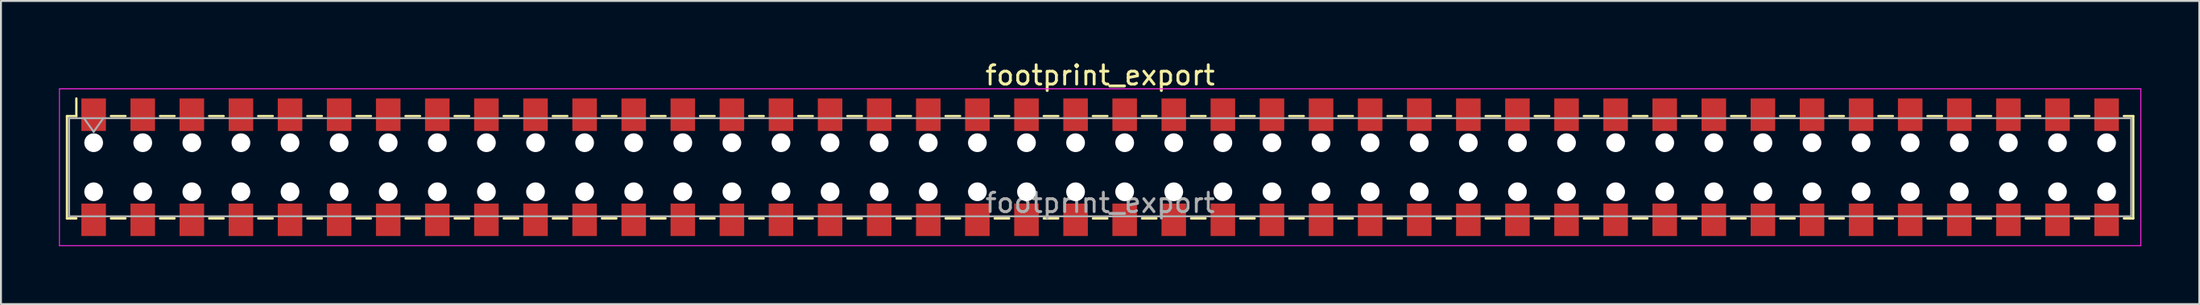
<source format=kicad_pcb>
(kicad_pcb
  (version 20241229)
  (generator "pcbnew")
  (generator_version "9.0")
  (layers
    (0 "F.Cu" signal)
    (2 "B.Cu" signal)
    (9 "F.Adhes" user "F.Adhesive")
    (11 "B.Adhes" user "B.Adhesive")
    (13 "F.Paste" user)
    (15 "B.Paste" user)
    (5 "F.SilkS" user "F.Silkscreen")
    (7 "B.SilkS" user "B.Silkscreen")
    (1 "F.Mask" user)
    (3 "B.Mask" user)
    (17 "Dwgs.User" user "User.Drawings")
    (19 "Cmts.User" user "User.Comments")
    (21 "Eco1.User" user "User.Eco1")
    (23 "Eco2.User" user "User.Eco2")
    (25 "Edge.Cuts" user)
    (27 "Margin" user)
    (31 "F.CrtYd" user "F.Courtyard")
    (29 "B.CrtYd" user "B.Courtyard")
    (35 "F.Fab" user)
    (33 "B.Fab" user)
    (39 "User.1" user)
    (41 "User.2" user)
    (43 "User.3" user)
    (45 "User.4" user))
  (footprint "footprint_export"
    (layer "F.Cu")
    (at 53.865 5.608)
    (property "Reference" "footprint_export" (at 0 -4.76 0) (layer "F.SilkS") (effects (font (size 1 1) (thickness 0.15))))
    (attr smd)
    (fp_line (start -53.45 -2.65) (end -53.45 2.65) (stroke (width 0.12) (type solid)) (layer "F.SilkS"))
    (fp_line (start -53.45 2.65) (end -52.965 2.65) (stroke (width 0.12) (type solid)) (layer "F.SilkS"))
    (fp_line (start -52.965 -3.56) (end -52.965 -2.65) (stroke (width 0.12) (type solid)) (layer "F.SilkS"))
    (fp_line (start -52.965 -2.65) (end -53.45 -2.65) (stroke (width 0.12) (type solid)) (layer "F.SilkS"))
    (fp_line (start -51.175 -2.65) (end -50.425 -2.65) (stroke (width 0.12) (type solid)) (layer "F.SilkS"))
    (fp_line (start -51.175 2.65) (end -50.425 2.65) (stroke (width 0.12) (type solid)) (layer "F.SilkS"))
    (fp_line (start -48.635 -2.65) (end -47.885 -2.65) (stroke (width 0.12) (type solid)) (layer "F.SilkS"))
    (fp_line (start -48.635 2.65) (end -47.885 2.65) (stroke (width 0.12) (type solid)) (layer "F.SilkS"))
    (fp_line (start -46.095 -2.65) (end -45.345 -2.65) (stroke (width 0.12) (type solid)) (layer "F.SilkS"))
    (fp_line (start -46.095 2.65) (end -45.345 2.65) (stroke (width 0.12) (type solid)) (layer "F.SilkS"))
    (fp_line (start -43.555 -2.65) (end -42.805 -2.65) (stroke (width 0.12) (type solid)) (layer "F.SilkS"))
    (fp_line (start -43.555 2.65) (end -42.805 2.65) (stroke (width 0.12) (type solid)) (layer "F.SilkS"))
    (fp_line (start -41.015 -2.65) (end -40.265 -2.65) (stroke (width 0.12) (type solid)) (layer "F.SilkS"))
    (fp_line (start -41.015 2.65) (end -40.265 2.65) (stroke (width 0.12) (type solid)) (layer "F.SilkS"))
    (fp_line (start -38.475 -2.65) (end -37.725 -2.65) (stroke (width 0.12) (type solid)) (layer "F.SilkS"))
    (fp_line (start -38.475 2.65) (end -37.725 2.65) (stroke (width 0.12) (type solid)) (layer "F.SilkS"))
    (fp_line (start -35.935 -2.65) (end -35.185 -2.65) (stroke (width 0.12) (type solid)) (layer "F.SilkS"))
    (fp_line (start -35.935 2.65) (end -35.185 2.65) (stroke (width 0.12) (type solid)) (layer "F.SilkS"))
    (fp_line (start -33.395 -2.65) (end -32.645 -2.65) (stroke (width 0.12) (type solid)) (layer "F.SilkS"))
    (fp_line (start -33.395 2.65) (end -32.645 2.65) (stroke (width 0.12) (type solid)) (layer "F.SilkS"))
    (fp_line (start -30.855 -2.65) (end -30.105 -2.65) (stroke (width 0.12) (type solid)) (layer "F.SilkS"))
    (fp_line (start -30.855 2.65) (end -30.105 2.65) (stroke (width 0.12) (type solid)) (layer "F.SilkS"))
    (fp_line (start -28.315 -2.65) (end -27.565 -2.65) (stroke (width 0.12) (type solid)) (layer "F.SilkS"))
    (fp_line (start -28.315 2.65) (end -27.565 2.65) (stroke (width 0.12) (type solid)) (layer "F.SilkS"))
    (fp_line (start -25.775 -2.65) (end -25.025 -2.65) (stroke (width 0.12) (type solid)) (layer "F.SilkS"))
    (fp_line (start -25.775 2.65) (end -25.025 2.65) (stroke (width 0.12) (type solid)) (layer "F.SilkS"))
    (fp_line (start -23.235 -2.65) (end -22.485 -2.65) (stroke (width 0.12) (type solid)) (layer "F.SilkS"))
    (fp_line (start -23.235 2.65) (end -22.485 2.65) (stroke (width 0.12) (type solid)) (layer "F.SilkS"))
    (fp_line (start -20.695 -2.65) (end -19.945 -2.65) (stroke (width 0.12) (type solid)) (layer "F.SilkS"))
    (fp_line (start -20.695 2.65) (end -19.945 2.65) (stroke (width 0.12) (type solid)) (layer "F.SilkS"))
    (fp_line (start -18.155 -2.65) (end -17.405 -2.65) (stroke (width 0.12) (type solid)) (layer "F.SilkS"))
    (fp_line (start -18.155 2.65) (end -17.405 2.65) (stroke (width 0.12) (type solid)) (layer "F.SilkS"))
    (fp_line (start -15.615 -2.65) (end -14.865 -2.65) (stroke (width 0.12) (type solid)) (layer "F.SilkS"))
    (fp_line (start -15.615 2.65) (end -14.865 2.65) (stroke (width 0.12) (type solid)) (layer "F.SilkS"))
    (fp_line (start -13.075 -2.65) (end -12.325 -2.65) (stroke (width 0.12) (type solid)) (layer "F.SilkS"))
    (fp_line (start -13.075 2.65) (end -12.325 2.65) (stroke (width 0.12) (type solid)) (layer "F.SilkS"))
    (fp_line (start -10.535 -2.65) (end -9.785 -2.65) (stroke (width 0.12) (type solid)) (layer "F.SilkS"))
    (fp_line (start -10.535 2.65) (end -9.785 2.65) (stroke (width 0.12) (type solid)) (layer "F.SilkS"))
    (fp_line (start -7.995 -2.65) (end -7.245 -2.65) (stroke (width 0.12) (type solid)) (layer "F.SilkS"))
    (fp_line (start -7.995 2.65) (end -7.245 2.65) (stroke (width 0.12) (type solid)) (layer "F.SilkS"))
    (fp_line (start -5.455 -2.65) (end -4.705 -2.65) (stroke (width 0.12) (type solid)) (layer "F.SilkS"))
    (fp_line (start -5.455 2.65) (end -4.705 2.65) (stroke (width 0.12) (type solid)) (layer "F.SilkS"))
    (fp_line (start -2.915 -2.65) (end -2.165 -2.65) (stroke (width 0.12) (type solid)) (layer "F.SilkS"))
    (fp_line (start -2.915 2.65) (end -2.165 2.65) (stroke (width 0.12) (type solid)) (layer "F.SilkS"))
    (fp_line (start -0.375 -2.65) (end 0.375 -2.65) (stroke (width 0.12) (type solid)) (layer "F.SilkS"))
    (fp_line (start -0.375 2.65) (end 0.375 2.65) (stroke (width 0.12) (type solid)) (layer "F.SilkS"))
    (fp_line (start 2.165 -2.65) (end 2.915 -2.65) (stroke (width 0.12) (type solid)) (layer "F.SilkS"))
    (fp_line (start 2.165 2.65) (end 2.915 2.65) (stroke (width 0.12) (type solid)) (layer "F.SilkS"))
    (fp_line (start 4.705 -2.65) (end 5.455 -2.65) (stroke (width 0.12) (type solid)) (layer "F.SilkS"))
    (fp_line (start 4.705 2.65) (end 5.455 2.65) (stroke (width 0.12) (type solid)) (layer "F.SilkS"))
    (fp_line (start 7.245 -2.65) (end 7.995 -2.65) (stroke (width 0.12) (type solid)) (layer "F.SilkS"))
    (fp_line (start 7.245 2.65) (end 7.995 2.65) (stroke (width 0.12) (type solid)) (layer "F.SilkS"))
    (fp_line (start 9.785 -2.65) (end 10.535 -2.65) (stroke (width 0.12) (type solid)) (layer "F.SilkS"))
    (fp_line (start 9.785 2.65) (end 10.535 2.65) (stroke (width 0.12) (type solid)) (layer "F.SilkS"))
    (fp_line (start 12.325 -2.65) (end 13.075 -2.65) (stroke (width 0.12) (type solid)) (layer "F.SilkS"))
    (fp_line (start 12.325 2.65) (end 13.075 2.65) (stroke (width 0.12) (type solid)) (layer "F.SilkS"))
    (fp_line (start 14.865 -2.65) (end 15.615 -2.65) (stroke (width 0.12) (type solid)) (layer "F.SilkS"))
    (fp_line (start 14.865 2.65) (end 15.615 2.65) (stroke (width 0.12) (type solid)) (layer "F.SilkS"))
    (fp_line (start 17.405 -2.65) (end 18.155 -2.65) (stroke (width 0.12) (type solid)) (layer "F.SilkS"))
    (fp_line (start 17.405 2.65) (end 18.155 2.65) (stroke (width 0.12) (type solid)) (layer "F.SilkS"))
    (fp_line (start 19.945 -2.65) (end 20.695 -2.65) (stroke (width 0.12) (type solid)) (layer "F.SilkS"))
    (fp_line (start 19.945 2.65) (end 20.695 2.65) (stroke (width 0.12) (type solid)) (layer "F.SilkS"))
    (fp_line (start 22.485 -2.65) (end 23.235 -2.65) (stroke (width 0.12) (type solid)) (layer "F.SilkS"))
    (fp_line (start 22.485 2.65) (end 23.235 2.65) (stroke (width 0.12) (type solid)) (layer "F.SilkS"))
    (fp_line (start 25.025 -2.65) (end 25.775 -2.65) (stroke (width 0.12) (type solid)) (layer "F.SilkS"))
    (fp_line (start 25.025 2.65) (end 25.775 2.65) (stroke (width 0.12) (type solid)) (layer "F.SilkS"))
    (fp_line (start 27.565 -2.65) (end 28.315 -2.65) (stroke (width 0.12) (type solid)) (layer "F.SilkS"))
    (fp_line (start 27.565 2.65) (end 28.315 2.65) (stroke (width 0.12) (type solid)) (layer "F.SilkS"))
    (fp_line (start 30.105 -2.65) (end 30.855 -2.65) (stroke (width 0.12) (type solid)) (layer "F.SilkS"))
    (fp_line (start 30.105 2.65) (end 30.855 2.65) (stroke (width 0.12) (type solid)) (layer "F.SilkS"))
    (fp_line (start 32.645 -2.65) (end 33.395 -2.65) (stroke (width 0.12) (type solid)) (layer "F.SilkS"))
    (fp_line (start 32.645 2.65) (end 33.395 2.65) (stroke (width 0.12) (type solid)) (layer "F.SilkS"))
    (fp_line (start 35.185 -2.65) (end 35.935 -2.65) (stroke (width 0.12) (type solid)) (layer "F.SilkS"))
    (fp_line (start 35.185 2.65) (end 35.935 2.65) (stroke (width 0.12) (type solid)) (layer "F.SilkS"))
    (fp_line (start 37.725 -2.65) (end 38.475 -2.65) (stroke (width 0.12) (type solid)) (layer "F.SilkS"))
    (fp_line (start 37.725 2.65) (end 38.475 2.65) (stroke (width 0.12) (type solid)) (layer "F.SilkS"))
    (fp_line (start 40.265 -2.65) (end 41.015 -2.65) (stroke (width 0.12) (type solid)) (layer "F.SilkS"))
    (fp_line (start 40.265 2.65) (end 41.015 2.65) (stroke (width 0.12) (type solid)) (layer "F.SilkS"))
    (fp_line (start 42.805 -2.65) (end 43.555 -2.65) (stroke (width 0.12) (type solid)) (layer "F.SilkS"))
    (fp_line (start 42.805 2.65) (end 43.555 2.65) (stroke (width 0.12) (type solid)) (layer "F.SilkS"))
    (fp_line (start 45.345 -2.65) (end 46.095 -2.65) (stroke (width 0.12) (type solid)) (layer "F.SilkS"))
    (fp_line (start 45.345 2.65) (end 46.095 2.65) (stroke (width 0.12) (type solid)) (layer "F.SilkS"))
    (fp_line (start 47.885 -2.65) (end 48.635 -2.65) (stroke (width 0.12) (type solid)) (layer "F.SilkS"))
    (fp_line (start 47.885 2.65) (end 48.635 2.65) (stroke (width 0.12) (type solid)) (layer "F.SilkS"))
    (fp_line (start 50.425 -2.65) (end 51.175 -2.65) (stroke (width 0.12) (type solid)) (layer "F.SilkS"))
    (fp_line (start 50.425 2.65) (end 51.175 2.65) (stroke (width 0.12) (type solid)) (layer "F.SilkS"))
    (fp_line (start 52.965 -2.65) (end 53.45 -2.65) (stroke (width 0.12) (type solid)) (layer "F.SilkS"))
    (fp_line (start 53.45 -2.65) (end 53.45 2.65) (stroke (width 0.12) (type solid)) (layer "F.SilkS"))
    (fp_line (start 53.45 2.65) (end 52.965 2.65) (stroke (width 0.12) (type solid)) (layer "F.SilkS"))
    (fp_line (start -53.84 -4.06) (end 53.84 -4.06) (stroke (width 0.05) (type solid)) (layer "F.CrtYd"))
    (fp_line (start -53.84 4.06) (end -53.84 -4.06) (stroke (width 0.05) (type solid)) (layer "F.CrtYd"))
    (fp_line (start 53.84 -4.06) (end 53.84 4.06) (stroke (width 0.05) (type solid)) (layer "F.CrtYd"))
    (fp_line (start 53.84 4.06) (end -53.84 4.06) (stroke (width 0.05) (type solid)) (layer "F.CrtYd"))
    (fp_line (start -53.34 -2.54) (end 53.34 -2.54) (stroke (width 0.1) (type solid)) (layer "F.Fab"))
    (fp_line (start -53.34 2.54) (end -53.34 -2.54) (stroke (width 0.1) (type solid)) (layer "F.Fab"))
    (fp_line (start -52.57 -2.54) (end -52.07 -1.833) (stroke (width 0.1) (type solid)) (layer "F.Fab"))
    (fp_line (start -52.07 -1.833) (end -51.57 -2.54) (stroke (width 0.1) (type solid)) (layer "F.Fab"))
    (fp_line (start 53.34 -2.54) (end 53.34 2.54) (stroke (width 0.1) (type solid)) (layer "F.Fab"))
    (fp_line (start 53.34 2.54) (end -53.34 2.54) (stroke (width 0.1) (type solid)) (layer "F.Fab"))
    (fp_text user "${REFERENCE}" (at 0 1.84 0) (layer "F.Fab") (effects (font (size 1 1) (thickness 0.15))))
    (pad "" np_thru_hole circle (at -52.07 -1.27) (size 0.97 0.97) (drill 0.97) (layers "*.Cu" "*.Mask"))
    (pad "" np_thru_hole circle (at -52.07 1.27) (size 0.97 0.97) (drill 0.97) (layers "*.Cu" "*.Mask"))
    (pad "" np_thru_hole circle (at -49.53 -1.27) (size 0.97 0.97) (drill 0.97) (layers "*.Cu" "*.Mask"))
    (pad "" np_thru_hole circle (at -49.53 1.27) (size 0.97 0.97) (drill 0.97) (layers "*.Cu" "*.Mask"))
    (pad "" np_thru_hole circle (at -46.99 -1.27) (size 0.97 0.97) (drill 0.97) (layers "*.Cu" "*.Mask"))
    (pad "" np_thru_hole circle (at -46.99 1.27) (size 0.97 0.97) (drill 0.97) (layers "*.Cu" "*.Mask"))
    (pad "" np_thru_hole circle (at -44.45 -1.27) (size 0.97 0.97) (drill 0.97) (layers "*.Cu" "*.Mask"))
    (pad "" np_thru_hole circle (at -44.45 1.27) (size 0.97 0.97) (drill 0.97) (layers "*.Cu" "*.Mask"))
    (pad "" np_thru_hole circle (at -41.91 -1.27) (size 0.97 0.97) (drill 0.97) (layers "*.Cu" "*.Mask"))
    (pad "" np_thru_hole circle (at -41.91 1.27) (size 0.97 0.97) (drill 0.97) (layers "*.Cu" "*.Mask"))
    (pad "" np_thru_hole circle (at -39.37 -1.27) (size 0.97 0.97) (drill 0.97) (layers "*.Cu" "*.Mask"))
    (pad "" np_thru_hole circle (at -39.37 1.27) (size 0.97 0.97) (drill 0.97) (layers "*.Cu" "*.Mask"))
    (pad "" np_thru_hole circle (at -36.83 -1.27) (size 0.97 0.97) (drill 0.97) (layers "*.Cu" "*.Mask"))
    (pad "" np_thru_hole circle (at -36.83 1.27) (size 0.97 0.97) (drill 0.97) (layers "*.Cu" "*.Mask"))
    (pad "" np_thru_hole circle (at -34.29 -1.27) (size 0.97 0.97) (drill 0.97) (layers "*.Cu" "*.Mask"))
    (pad "" np_thru_hole circle (at -34.29 1.27) (size 0.97 0.97) (drill 0.97) (layers "*.Cu" "*.Mask"))
    (pad "" np_thru_hole circle (at -31.75 -1.27) (size 0.97 0.97) (drill 0.97) (layers "*.Cu" "*.Mask"))
    (pad "" np_thru_hole circle (at -31.75 1.27) (size 0.97 0.97) (drill 0.97) (layers "*.Cu" "*.Mask"))
    (pad "" np_thru_hole circle (at -29.21 -1.27) (size 0.97 0.97) (drill 0.97) (layers "*.Cu" "*.Mask"))
    (pad "" np_thru_hole circle (at -29.21 1.27) (size 0.97 0.97) (drill 0.97) (layers "*.Cu" "*.Mask"))
    (pad "" np_thru_hole circle (at -26.67 -1.27) (size 0.97 0.97) (drill 0.97) (layers "*.Cu" "*.Mask"))
    (pad "" np_thru_hole circle (at -26.67 1.27) (size 0.97 0.97) (drill 0.97) (layers "*.Cu" "*.Mask"))
    (pad "" np_thru_hole circle (at -24.13 -1.27) (size 0.97 0.97) (drill 0.97) (layers "*.Cu" "*.Mask"))
    (pad "" np_thru_hole circle (at -24.13 1.27) (size 0.97 0.97) (drill 0.97) (layers "*.Cu" "*.Mask"))
    (pad "" np_thru_hole circle (at -21.59 -1.27) (size 0.97 0.97) (drill 0.97) (layers "*.Cu" "*.Mask"))
    (pad "" np_thru_hole circle (at -21.59 1.27) (size 0.97 0.97) (drill 0.97) (layers "*.Cu" "*.Mask"))
    (pad "" np_thru_hole circle (at -19.05 -1.27) (size 0.97 0.97) (drill 0.97) (layers "*.Cu" "*.Mask"))
    (pad "" np_thru_hole circle (at -19.05 1.27) (size 0.97 0.97) (drill 0.97) (layers "*.Cu" "*.Mask"))
    (pad "" np_thru_hole circle (at -16.51 -1.27) (size 0.97 0.97) (drill 0.97) (layers "*.Cu" "*.Mask"))
    (pad "" np_thru_hole circle (at -16.51 1.27) (size 0.97 0.97) (drill 0.97) (layers "*.Cu" "*.Mask"))
    (pad "" np_thru_hole circle (at -13.97 -1.27) (size 0.97 0.97) (drill 0.97) (layers "*.Cu" "*.Mask"))
    (pad "" np_thru_hole circle (at -13.97 1.27) (size 0.97 0.97) (drill 0.97) (layers "*.Cu" "*.Mask"))
    (pad "" np_thru_hole circle (at -11.43 -1.27) (size 0.97 0.97) (drill 0.97) (layers "*.Cu" "*.Mask"))
    (pad "" np_thru_hole circle (at -11.43 1.27) (size 0.97 0.97) (drill 0.97) (layers "*.Cu" "*.Mask"))
    (pad "" np_thru_hole circle (at -8.89 -1.27) (size 0.97 0.97) (drill 0.97) (layers "*.Cu" "*.Mask"))
    (pad "" np_thru_hole circle (at -8.89 1.27) (size 0.97 0.97) (drill 0.97) (layers "*.Cu" "*.Mask"))
    (pad "" np_thru_hole circle (at -6.35 -1.27) (size 0.97 0.97) (drill 0.97) (layers "*.Cu" "*.Mask"))
    (pad "" np_thru_hole circle (at -6.35 1.27) (size 0.97 0.97) (drill 0.97) (layers "*.Cu" "*.Mask"))
    (pad "" np_thru_hole circle (at -3.81 -1.27) (size 0.97 0.97) (drill 0.97) (layers "*.Cu" "*.Mask"))
    (pad "" np_thru_hole circle (at -3.81 1.27) (size 0.97 0.97) (drill 0.97) (layers "*.Cu" "*.Mask"))
    (pad "" np_thru_hole circle (at -1.27 -1.27) (size 0.97 0.97) (drill 0.97) (layers "*.Cu" "*.Mask"))
    (pad "" np_thru_hole circle (at -1.27 1.27) (size 0.97 0.97) (drill 0.97) (layers "*.Cu" "*.Mask"))
    (pad "" np_thru_hole circle (at 1.27 -1.27) (size 0.97 0.97) (drill 0.97) (layers "*.Cu" "*.Mask"))
    (pad "" np_thru_hole circle (at 1.27 1.27) (size 0.97 0.97) (drill 0.97) (layers "*.Cu" "*.Mask"))
    (pad "" np_thru_hole circle (at 3.81 -1.27) (size 0.97 0.97) (drill 0.97) (layers "*.Cu" "*.Mask"))
    (pad "" np_thru_hole circle (at 3.81 1.27) (size 0.97 0.97) (drill 0.97) (layers "*.Cu" "*.Mask"))
    (pad "" np_thru_hole circle (at 6.35 -1.27) (size 0.97 0.97) (drill 0.97) (layers "*.Cu" "*.Mask"))
    (pad "" np_thru_hole circle (at 6.35 1.27) (size 0.97 0.97) (drill 0.97) (layers "*.Cu" "*.Mask"))
    (pad "" np_thru_hole circle (at 8.89 -1.27) (size 0.97 0.97) (drill 0.97) (layers "*.Cu" "*.Mask"))
    (pad "" np_thru_hole circle (at 8.89 1.27) (size 0.97 0.97) (drill 0.97) (layers "*.Cu" "*.Mask"))
    (pad "" np_thru_hole circle (at 11.43 -1.27) (size 0.97 0.97) (drill 0.97) (layers "*.Cu" "*.Mask"))
    (pad "" np_thru_hole circle (at 11.43 1.27) (size 0.97 0.97) (drill 0.97) (layers "*.Cu" "*.Mask"))
    (pad "" np_thru_hole circle (at 13.97 -1.27) (size 0.97 0.97) (drill 0.97) (layers "*.Cu" "*.Mask"))
    (pad "" np_thru_hole circle (at 13.97 1.27) (size 0.97 0.97) (drill 0.97) (layers "*.Cu" "*.Mask"))
    (pad "" np_thru_hole circle (at 16.51 -1.27) (size 0.97 0.97) (drill 0.97) (layers "*.Cu" "*.Mask"))
    (pad "" np_thru_hole circle (at 16.51 1.27) (size 0.97 0.97) (drill 0.97) (layers "*.Cu" "*.Mask"))
    (pad "" np_thru_hole circle (at 19.05 -1.27) (size 0.97 0.97) (drill 0.97) (layers "*.Cu" "*.Mask"))
    (pad "" np_thru_hole circle (at 19.05 1.27) (size 0.97 0.97) (drill 0.97) (layers "*.Cu" "*.Mask"))
    (pad "" np_thru_hole circle (at 21.59 -1.27) (size 0.97 0.97) (drill 0.97) (layers "*.Cu" "*.Mask"))
    (pad "" np_thru_hole circle (at 21.59 1.27) (size 0.97 0.97) (drill 0.97) (layers "*.Cu" "*.Mask"))
    (pad "" np_thru_hole circle (at 24.13 -1.27) (size 0.97 0.97) (drill 0.97) (layers "*.Cu" "*.Mask"))
    (pad "" np_thru_hole circle (at 24.13 1.27) (size 0.97 0.97) (drill 0.97) (layers "*.Cu" "*.Mask"))
    (pad "" np_thru_hole circle (at 26.67 -1.27) (size 0.97 0.97) (drill 0.97) (layers "*.Cu" "*.Mask"))
    (pad "" np_thru_hole circle (at 26.67 1.27) (size 0.97 0.97) (drill 0.97) (layers "*.Cu" "*.Mask"))
    (pad "" np_thru_hole circle (at 29.21 -1.27) (size 0.97 0.97) (drill 0.97) (layers "*.Cu" "*.Mask"))
    (pad "" np_thru_hole circle (at 29.21 1.27) (size 0.97 0.97) (drill 0.97) (layers "*.Cu" "*.Mask"))
    (pad "" np_thru_hole circle (at 31.75 -1.27) (size 0.97 0.97) (drill 0.97) (layers "*.Cu" "*.Mask"))
    (pad "" np_thru_hole circle (at 31.75 1.27) (size 0.97 0.97) (drill 0.97) (layers "*.Cu" "*.Mask"))
    (pad "" np_thru_hole circle (at 34.29 -1.27) (size 0.97 0.97) (drill 0.97) (layers "*.Cu" "*.Mask"))
    (pad "" np_thru_hole circle (at 34.29 1.27) (size 0.97 0.97) (drill 0.97) (layers "*.Cu" "*.Mask"))
    (pad "" np_thru_hole circle (at 36.83 -1.27) (size 0.97 0.97) (drill 0.97) (layers "*.Cu" "*.Mask"))
    (pad "" np_thru_hole circle (at 36.83 1.27) (size 0.97 0.97) (drill 0.97) (layers "*.Cu" "*.Mask"))
    (pad "" np_thru_hole circle (at 39.37 -1.27) (size 0.97 0.97) (drill 0.97) (layers "*.Cu" "*.Mask"))
    (pad "" np_thru_hole circle (at 39.37 1.27) (size 0.97 0.97) (drill 0.97) (layers "*.Cu" "*.Mask"))
    (pad "" np_thru_hole circle (at 41.91 -1.27) (size 0.97 0.97) (drill 0.97) (layers "*.Cu" "*.Mask"))
    (pad "" np_thru_hole circle (at 41.91 1.27) (size 0.97 0.97) (drill 0.97) (layers "*.Cu" "*.Mask"))
    (pad "" np_thru_hole circle (at 44.45 -1.27) (size 0.97 0.97) (drill 0.97) (layers "*.Cu" "*.Mask"))
    (pad "" np_thru_hole circle (at 44.45 1.27) (size 0.97 0.97) (drill 0.97) (layers "*.Cu" "*.Mask"))
    (pad "" np_thru_hole circle (at 46.99 -1.27) (size 0.97 0.97) (drill 0.97) (layers "*.Cu" "*.Mask"))
    (pad "" np_thru_hole circle (at 46.99 1.27) (size 0.97 0.97) (drill 0.97) (layers "*.Cu" "*.Mask"))
    (pad "" np_thru_hole circle (at 49.53 -1.27) (size 0.97 0.97) (drill 0.97) (layers "*.Cu" "*.Mask"))
    (pad "" np_thru_hole circle (at 49.53 1.27) (size 0.97 0.97) (drill 0.97) (layers "*.Cu" "*.Mask"))
    (pad "" np_thru_hole circle (at 52.07 -1.27) (size 0.97 0.97) (drill 0.97) (layers "*.Cu" "*.Mask"))
    (pad "" np_thru_hole circle (at 52.07 1.27) (size 0.97 0.97) (drill 0.97) (layers "*.Cu" "*.Mask"))
    (pad "1" smd rect (at -52.07 -2.72) (size 1.27 1.68) (layers "F.Cu" "F.Mask" "F.Paste"))
    (pad "2" smd rect (at -52.07 2.72) (size 1.27 1.68) (layers "F.Cu" "F.Mask" "F.Paste"))
    (pad "3" smd rect (at -49.53 -2.72) (size 1.27 1.68) (layers "F.Cu" "F.Mask" "F.Paste"))
    (pad "4" smd rect (at -49.53 2.72) (size 1.27 1.68) (layers "F.Cu" "F.Mask" "F.Paste"))
    (pad "5" smd rect (at -46.99 -2.72) (size 1.27 1.68) (layers "F.Cu" "F.Mask" "F.Paste"))
    (pad "6" smd rect (at -46.99 2.72) (size 1.27 1.68) (layers "F.Cu" "F.Mask" "F.Paste"))
    (pad "7" smd rect (at -44.45 -2.72) (size 1.27 1.68) (layers "F.Cu" "F.Mask" "F.Paste"))
    (pad "8" smd rect (at -44.45 2.72) (size 1.27 1.68) (layers "F.Cu" "F.Mask" "F.Paste"))
    (pad "9" smd rect (at -41.91 -2.72) (size 1.27 1.68) (layers "F.Cu" "F.Mask" "F.Paste"))
    (pad "10" smd rect (at -41.91 2.72) (size 1.27 1.68) (layers "F.Cu" "F.Mask" "F.Paste"))
    (pad "11" smd rect (at -39.37 -2.72) (size 1.27 1.68) (layers "F.Cu" "F.Mask" "F.Paste"))
    (pad "12" smd rect (at -39.37 2.72) (size 1.27 1.68) (layers "F.Cu" "F.Mask" "F.Paste"))
    (pad "13" smd rect (at -36.83 -2.72) (size 1.27 1.68) (layers "F.Cu" "F.Mask" "F.Paste"))
    (pad "14" smd rect (at -36.83 2.72) (size 1.27 1.68) (layers "F.Cu" "F.Mask" "F.Paste"))
    (pad "15" smd rect (at -34.29 -2.72) (size 1.27 1.68) (layers "F.Cu" "F.Mask" "F.Paste"))
    (pad "16" smd rect (at -34.29 2.72) (size 1.27 1.68) (layers "F.Cu" "F.Mask" "F.Paste"))
    (pad "17" smd rect (at -31.75 -2.72) (size 1.27 1.68) (layers "F.Cu" "F.Mask" "F.Paste"))
    (pad "18" smd rect (at -31.75 2.72) (size 1.27 1.68) (layers "F.Cu" "F.Mask" "F.Paste"))
    (pad "19" smd rect (at -29.21 -2.72) (size 1.27 1.68) (layers "F.Cu" "F.Mask" "F.Paste"))
    (pad "20" smd rect (at -29.21 2.72) (size 1.27 1.68) (layers "F.Cu" "F.Mask" "F.Paste"))
    (pad "21" smd rect (at -26.67 -2.72) (size 1.27 1.68) (layers "F.Cu" "F.Mask" "F.Paste"))
    (pad "22" smd rect (at -26.67 2.72) (size 1.27 1.68) (layers "F.Cu" "F.Mask" "F.Paste"))
    (pad "23" smd rect (at -24.13 -2.72) (size 1.27 1.68) (layers "F.Cu" "F.Mask" "F.Paste"))
    (pad "24" smd rect (at -24.13 2.72) (size 1.27 1.68) (layers "F.Cu" "F.Mask" "F.Paste"))
    (pad "25" smd rect (at -21.59 -2.72) (size 1.27 1.68) (layers "F.Cu" "F.Mask" "F.Paste"))
    (pad "26" smd rect (at -21.59 2.72) (size 1.27 1.68) (layers "F.Cu" "F.Mask" "F.Paste"))
    (pad "27" smd rect (at -19.05 -2.72) (size 1.27 1.68) (layers "F.Cu" "F.Mask" "F.Paste"))
    (pad "28" smd rect (at -19.05 2.72) (size 1.27 1.68) (layers "F.Cu" "F.Mask" "F.Paste"))
    (pad "29" smd rect (at -16.51 -2.72) (size 1.27 1.68) (layers "F.Cu" "F.Mask" "F.Paste"))
    (pad "30" smd rect (at -16.51 2.72) (size 1.27 1.68) (layers "F.Cu" "F.Mask" "F.Paste"))
    (pad "31" smd rect (at -13.97 -2.72) (size 1.27 1.68) (layers "F.Cu" "F.Mask" "F.Paste"))
    (pad "32" smd rect (at -13.97 2.72) (size 1.27 1.68) (layers "F.Cu" "F.Mask" "F.Paste"))
    (pad "33" smd rect (at -11.43 -2.72) (size 1.27 1.68) (layers "F.Cu" "F.Mask" "F.Paste"))
    (pad "34" smd rect (at -11.43 2.72) (size 1.27 1.68) (layers "F.Cu" "F.Mask" "F.Paste"))
    (pad "35" smd rect (at -8.89 -2.72) (size 1.27 1.68) (layers "F.Cu" "F.Mask" "F.Paste"))
    (pad "36" smd rect (at -8.89 2.72) (size 1.27 1.68) (layers "F.Cu" "F.Mask" "F.Paste"))
    (pad "37" smd rect (at -6.35 -2.72) (size 1.27 1.68) (layers "F.Cu" "F.Mask" "F.Paste"))
    (pad "38" smd rect (at -6.35 2.72) (size 1.27 1.68) (layers "F.Cu" "F.Mask" "F.Paste"))
    (pad "39" smd rect (at -3.81 -2.72) (size 1.27 1.68) (layers "F.Cu" "F.Mask" "F.Paste"))
    (pad "40" smd rect (at -3.81 2.72) (size 1.27 1.68) (layers "F.Cu" "F.Mask" "F.Paste"))
    (pad "41" smd rect (at -1.27 -2.72) (size 1.27 1.68) (layers "F.Cu" "F.Mask" "F.Paste"))
    (pad "42" smd rect (at -1.27 2.72) (size 1.27 1.68) (layers "F.Cu" "F.Mask" "F.Paste"))
    (pad "43" smd rect (at 1.27 -2.72) (size 1.27 1.68) (layers "F.Cu" "F.Mask" "F.Paste"))
    (pad "44" smd rect (at 1.27 2.72) (size 1.27 1.68) (layers "F.Cu" "F.Mask" "F.Paste"))
    (pad "45" smd rect (at 3.81 -2.72) (size 1.27 1.68) (layers "F.Cu" "F.Mask" "F.Paste"))
    (pad "46" smd rect (at 3.81 2.72) (size 1.27 1.68) (layers "F.Cu" "F.Mask" "F.Paste"))
    (pad "47" smd rect (at 6.35 -2.72) (size 1.27 1.68) (layers "F.Cu" "F.Mask" "F.Paste"))
    (pad "48" smd rect (at 6.35 2.72) (size 1.27 1.68) (layers "F.Cu" "F.Mask" "F.Paste"))
    (pad "49" smd rect (at 8.89 -2.72) (size 1.27 1.68) (layers "F.Cu" "F.Mask" "F.Paste"))
    (pad "50" smd rect (at 8.89 2.72) (size 1.27 1.68) (layers "F.Cu" "F.Mask" "F.Paste"))
    (pad "51" smd rect (at 11.43 -2.72) (size 1.27 1.68) (layers "F.Cu" "F.Mask" "F.Paste"))
    (pad "52" smd rect (at 11.43 2.72) (size 1.27 1.68) (layers "F.Cu" "F.Mask" "F.Paste"))
    (pad "53" smd rect (at 13.97 -2.72) (size 1.27 1.68) (layers "F.Cu" "F.Mask" "F.Paste"))
    (pad "54" smd rect (at 13.97 2.72) (size 1.27 1.68) (layers "F.Cu" "F.Mask" "F.Paste"))
    (pad "55" smd rect (at 16.51 -2.72) (size 1.27 1.68) (layers "F.Cu" "F.Mask" "F.Paste"))
    (pad "56" smd rect (at 16.51 2.72) (size 1.27 1.68) (layers "F.Cu" "F.Mask" "F.Paste"))
    (pad "57" smd rect (at 19.05 -2.72) (size 1.27 1.68) (layers "F.Cu" "F.Mask" "F.Paste"))
    (pad "58" smd rect (at 19.05 2.72) (size 1.27 1.68) (layers "F.Cu" "F.Mask" "F.Paste"))
    (pad "59" smd rect (at 21.59 -2.72) (size 1.27 1.68) (layers "F.Cu" "F.Mask" "F.Paste"))
    (pad "60" smd rect (at 21.59 2.72) (size 1.27 1.68) (layers "F.Cu" "F.Mask" "F.Paste"))
    (pad "61" smd rect (at 24.13 -2.72) (size 1.27 1.68) (layers "F.Cu" "F.Mask" "F.Paste"))
    (pad "62" smd rect (at 24.13 2.72) (size 1.27 1.68) (layers "F.Cu" "F.Mask" "F.Paste"))
    (pad "63" smd rect (at 26.67 -2.72) (size 1.27 1.68) (layers "F.Cu" "F.Mask" "F.Paste"))
    (pad "64" smd rect (at 26.67 2.72) (size 1.27 1.68) (layers "F.Cu" "F.Mask" "F.Paste"))
    (pad "65" smd rect (at 29.21 -2.72) (size 1.27 1.68) (layers "F.Cu" "F.Mask" "F.Paste"))
    (pad "66" smd rect (at 29.21 2.72) (size 1.27 1.68) (layers "F.Cu" "F.Mask" "F.Paste"))
    (pad "67" smd rect (at 31.75 -2.72) (size 1.27 1.68) (layers "F.Cu" "F.Mask" "F.Paste"))
    (pad "68" smd rect (at 31.75 2.72) (size 1.27 1.68) (layers "F.Cu" "F.Mask" "F.Paste"))
    (pad "69" smd rect (at 34.29 -2.72) (size 1.27 1.68) (layers "F.Cu" "F.Mask" "F.Paste"))
    (pad "70" smd rect (at 34.29 2.72) (size 1.27 1.68) (layers "F.Cu" "F.Mask" "F.Paste"))
    (pad "71" smd rect (at 36.83 -2.72) (size 1.27 1.68) (layers "F.Cu" "F.Mask" "F.Paste"))
    (pad "72" smd rect (at 36.83 2.72) (size 1.27 1.68) (layers "F.Cu" "F.Mask" "F.Paste"))
    (pad "73" smd rect (at 39.37 -2.72) (size 1.27 1.68) (layers "F.Cu" "F.Mask" "F.Paste"))
    (pad "74" smd rect (at 39.37 2.72) (size 1.27 1.68) (layers "F.Cu" "F.Mask" "F.Paste"))
    (pad "75" smd rect (at 41.91 -2.72) (size 1.27 1.68) (layers "F.Cu" "F.Mask" "F.Paste"))
    (pad "76" smd rect (at 41.91 2.72) (size 1.27 1.68) (layers "F.Cu" "F.Mask" "F.Paste"))
    (pad "77" smd rect (at 44.45 -2.72) (size 1.27 1.68) (layers "F.Cu" "F.Mask" "F.Paste"))
    (pad "78" smd rect (at 44.45 2.72) (size 1.27 1.68) (layers "F.Cu" "F.Mask" "F.Paste"))
    (pad "79" smd rect (at 46.99 -2.72) (size 1.27 1.68) (layers "F.Cu" "F.Mask" "F.Paste"))
    (pad "80" smd rect (at 46.99 2.72) (size 1.27 1.68) (layers "F.Cu" "F.Mask" "F.Paste"))
    (pad "81" smd rect (at 49.53 -2.72) (size 1.27 1.68) (layers "F.Cu" "F.Mask" "F.Paste"))
    (pad "82" smd rect (at 49.53 2.72) (size 1.27 1.68) (layers "F.Cu" "F.Mask" "F.Paste"))
    (pad "83" smd rect (at 52.07 -2.72) (size 1.27 1.68) (layers "F.Cu" "F.Mask" "F.Paste"))
    (pad "84" smd rect (at 52.07 2.72) (size 1.27 1.68) (layers "F.Cu" "F.Mask" "F.Paste")))
  (gr_rect
    (start -3 -3)
    (end 110.73 12.693)
    (stroke (width 0.1) (type default))
    (fill no)
    (layer "Edge.Cuts")))
</source>
